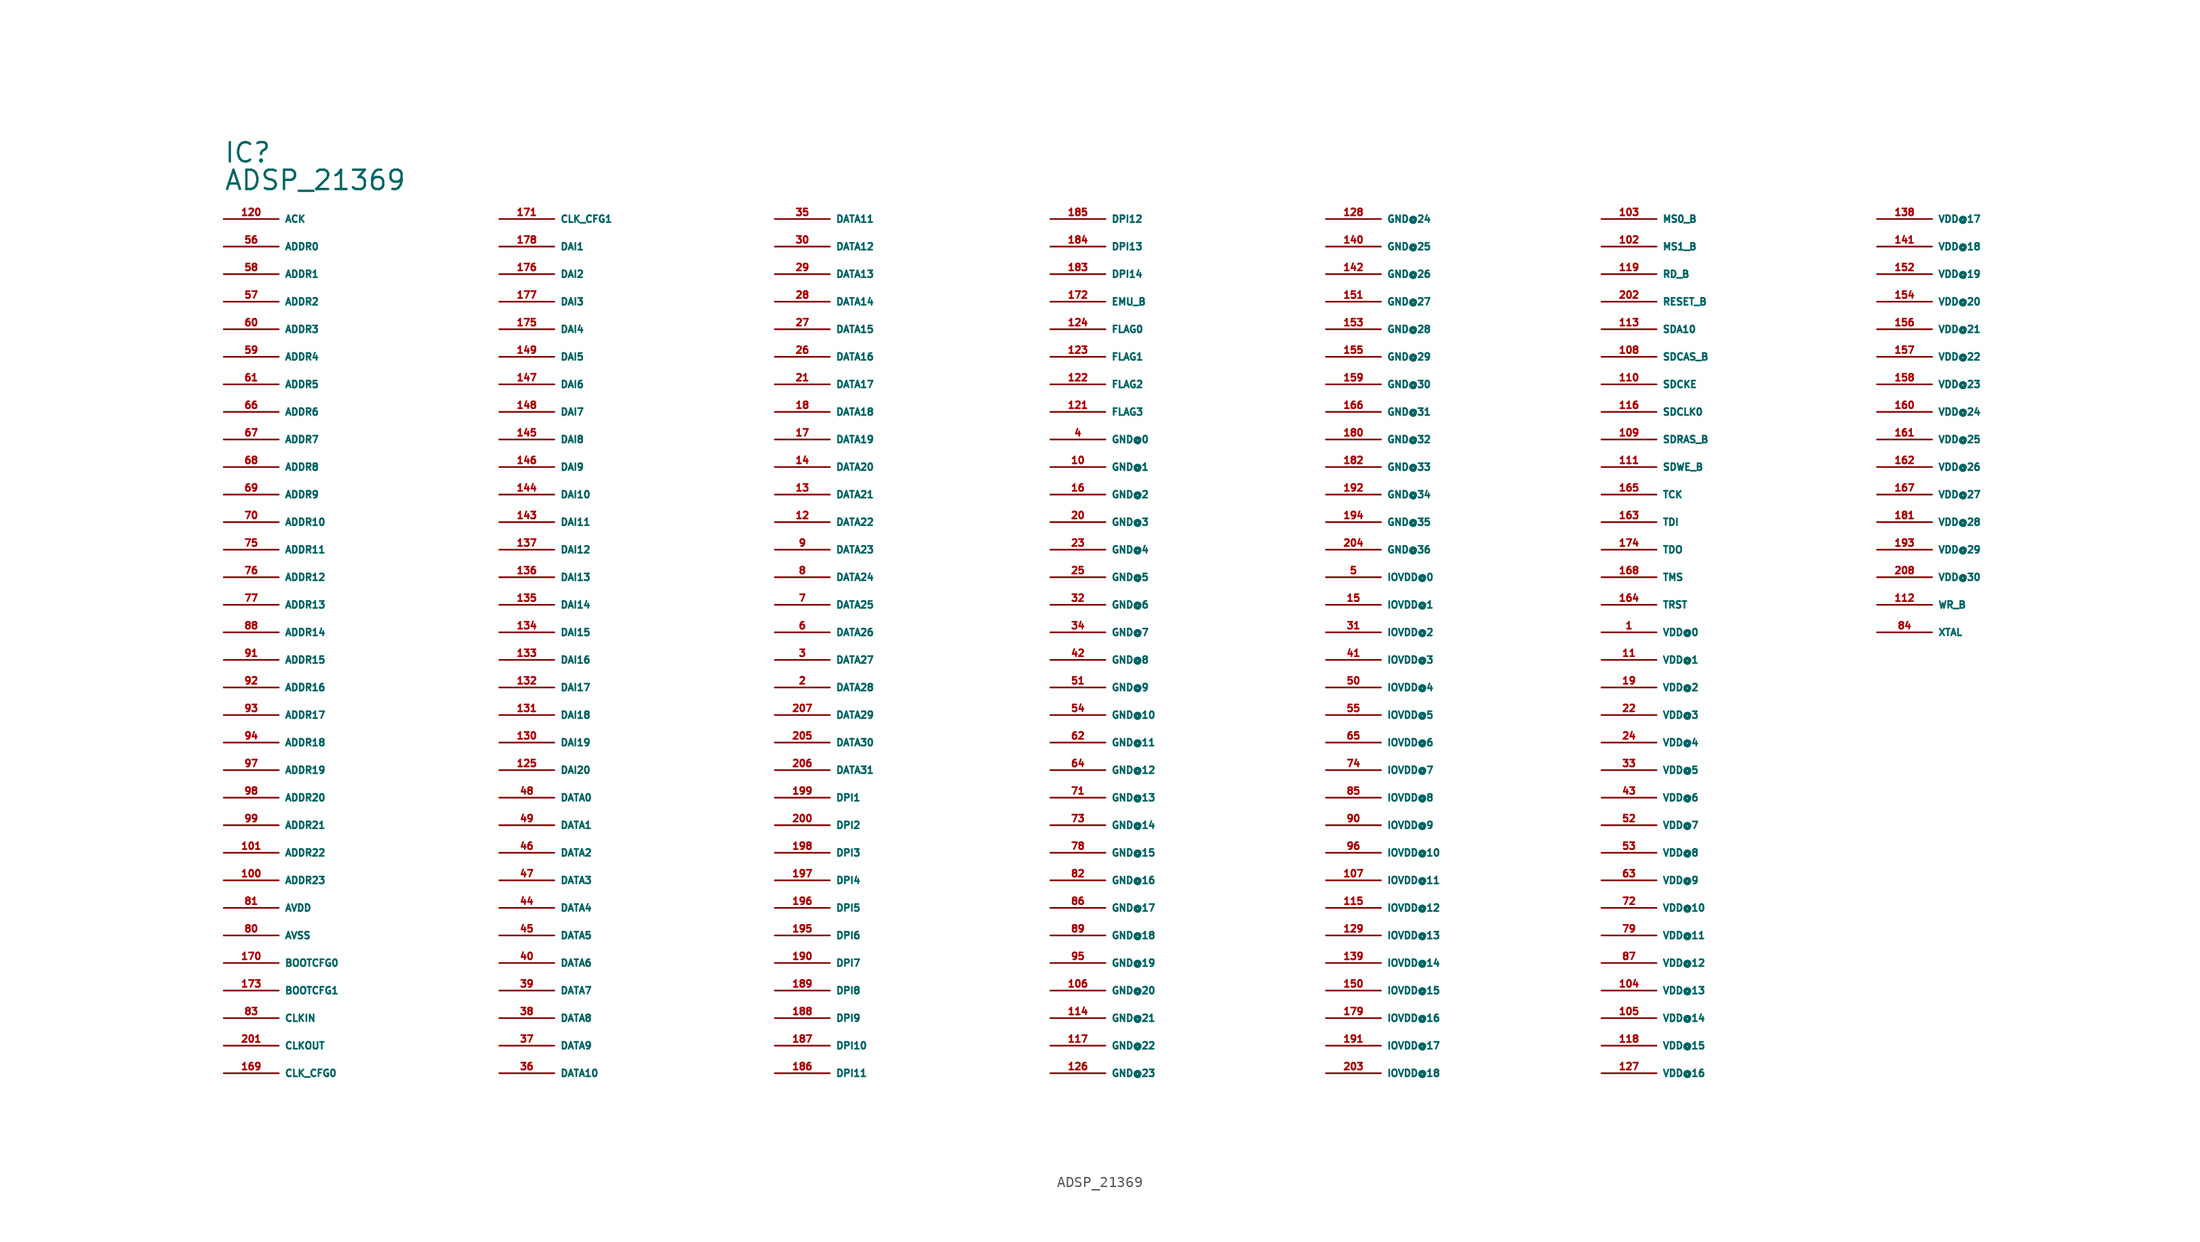
<source format=kicad_sym>
(kicad_symbol_lib
  (version 20220914)
  (generator Eagle2Kicad)
  (symbol "ADSP_21369"
    (property "Reference" "IC"
      (at -81.28 45.72 0)
      (effects (font (size 1.778 1.778) (thickness 0.22)) (justify left bottom)))
    (property "Value" "ADSP_21369"
      (at -81.28 43.18 0)
      (effects (font (size 1.778 1.778) (thickness 0.22)) (justify left bottom)))
    (pin input line
      (at -81.28 40.64 0)
      (length 5.08)
      (name "ACK" (effects (font (size 0.635 0.635) (thickness 0.08)) (justify left bottom)))
      (number "120" (effects (font (size 0.635 0.635) (thickness 0.08)) (justify left bottom))))
    (pin output line
      (at -81.28 38.1 0)
      (length 5.08)
      (name "ADDR0" (effects (font (size 0.635 0.635) (thickness 0.08)) (justify left bottom)))
      (number "56" (effects (font (size 0.635 0.635) (thickness 0.08)) (justify left bottom))))
    (pin output line
      (at -81.28 35.56 0)
      (length 5.08)
      (name "ADDR1" (effects (font (size 0.635 0.635) (thickness 0.08)) (justify left bottom)))
      (number "58" (effects (font (size 0.635 0.635) (thickness 0.08)) (justify left bottom))))
    (pin output line
      (at -81.28 33.02 0)
      (length 5.08)
      (name "ADDR2" (effects (font (size 0.635 0.635) (thickness 0.08)) (justify left bottom)))
      (number "57" (effects (font (size 0.635 0.635) (thickness 0.08)) (justify left bottom))))
    (pin output line
      (at -81.28 30.48 0)
      (length 5.08)
      (name "ADDR3" (effects (font (size 0.635 0.635) (thickness 0.08)) (justify left bottom)))
      (number "60" (effects (font (size 0.635 0.635) (thickness 0.08)) (justify left bottom))))
    (pin output line
      (at -81.28 27.94 0)
      (length 5.08)
      (name "ADDR4" (effects (font (size 0.635 0.635) (thickness 0.08)) (justify left bottom)))
      (number "59" (effects (font (size 0.635 0.635) (thickness 0.08)) (justify left bottom))))
    (pin output line
      (at -81.28 25.4 0)
      (length 5.08)
      (name "ADDR5" (effects (font (size 0.635 0.635) (thickness 0.08)) (justify left bottom)))
      (number "61" (effects (font (size 0.635 0.635) (thickness 0.08)) (justify left bottom))))
    (pin output line
      (at -81.28 22.86 0)
      (length 5.08)
      (name "ADDR6" (effects (font (size 0.635 0.635) (thickness 0.08)) (justify left bottom)))
      (number "66" (effects (font (size 0.635 0.635) (thickness 0.08)) (justify left bottom))))
    (pin output line
      (at -81.28 20.32 0)
      (length 5.08)
      (name "ADDR7" (effects (font (size 0.635 0.635) (thickness 0.08)) (justify left bottom)))
      (number "67" (effects (font (size 0.635 0.635) (thickness 0.08)) (justify left bottom))))
    (pin output line
      (at -81.28 17.78 0)
      (length 5.08)
      (name "ADDR8" (effects (font (size 0.635 0.635) (thickness 0.08)) (justify left bottom)))
      (number "68" (effects (font (size 0.635 0.635) (thickness 0.08)) (justify left bottom))))
    (pin output line
      (at -81.28 15.24 0)
      (length 5.08)
      (name "ADDR9" (effects (font (size 0.635 0.635) (thickness 0.08)) (justify left bottom)))
      (number "69" (effects (font (size 0.635 0.635) (thickness 0.08)) (justify left bottom))))
    (pin output line
      (at -81.28 12.7 0)
      (length 5.08)
      (name "ADDR10" (effects (font (size 0.635 0.635) (thickness 0.08)) (justify left bottom)))
      (number "70" (effects (font (size 0.635 0.635) (thickness 0.08)) (justify left bottom))))
    (pin output line
      (at -81.28 10.16 0)
      (length 5.08)
      (name "ADDR11" (effects (font (size 0.635 0.635) (thickness 0.08)) (justify left bottom)))
      (number "75" (effects (font (size 0.635 0.635) (thickness 0.08)) (justify left bottom))))
    (pin output line
      (at -81.28 7.62 0)
      (length 5.08)
      (name "ADDR12" (effects (font (size 0.635 0.635) (thickness 0.08)) (justify left bottom)))
      (number "76" (effects (font (size 0.635 0.635) (thickness 0.08)) (justify left bottom))))
    (pin output line
      (at -81.28 5.08 0)
      (length 5.08)
      (name "ADDR13" (effects (font (size 0.635 0.635) (thickness 0.08)) (justify left bottom)))
      (number "77" (effects (font (size 0.635 0.635) (thickness 0.08)) (justify left bottom))))
    (pin output line
      (at -81.28 2.54 0)
      (length 5.08)
      (name "ADDR14" (effects (font (size 0.635 0.635) (thickness 0.08)) (justify left bottom)))
      (number "88" (effects (font (size 0.635 0.635) (thickness 0.08)) (justify left bottom))))
    (pin output line
      (at -81.28 0 0)
      (length 5.08)
      (name "ADDR15" (effects (font (size 0.635 0.635) (thickness 0.08)) (justify left bottom)))
      (number "91" (effects (font (size 0.635 0.635) (thickness 0.08)) (justify left bottom))))
    (pin output line
      (at -81.28 -2.54 0)
      (length 5.08)
      (name "ADDR16" (effects (font (size 0.635 0.635) (thickness 0.08)) (justify left bottom)))
      (number "92" (effects (font (size 0.635 0.635) (thickness 0.08)) (justify left bottom))))
    (pin output line
      (at -81.28 -5.08 0)
      (length 5.08)
      (name "ADDR17" (effects (font (size 0.635 0.635) (thickness 0.08)) (justify left bottom)))
      (number "93" (effects (font (size 0.635 0.635) (thickness 0.08)) (justify left bottom))))
    (pin output line
      (at -81.28 -7.62 0)
      (length 5.08)
      (name "ADDR18" (effects (font (size 0.635 0.635) (thickness 0.08)) (justify left bottom)))
      (number "94" (effects (font (size 0.635 0.635) (thickness 0.08)) (justify left bottom))))
    (pin output line
      (at -81.28 -10.16 0)
      (length 5.08)
      (name "ADDR19" (effects (font (size 0.635 0.635) (thickness 0.08)) (justify left bottom)))
      (number "97" (effects (font (size 0.635 0.635) (thickness 0.08)) (justify left bottom))))
    (pin output line
      (at -81.28 -12.7 0)
      (length 5.08)
      (name "ADDR20" (effects (font (size 0.635 0.635) (thickness 0.08)) (justify left bottom)))
      (number "98" (effects (font (size 0.635 0.635) (thickness 0.08)) (justify left bottom))))
    (pin output line
      (at -81.28 -15.24 0)
      (length 5.08)
      (name "ADDR21" (effects (font (size 0.635 0.635) (thickness 0.08)) (justify left bottom)))
      (number "99" (effects (font (size 0.635 0.635) (thickness 0.08)) (justify left bottom))))
    (pin output line
      (at -81.28 -17.78 0)
      (length 5.08)
      (name "ADDR22" (effects (font (size 0.635 0.635) (thickness 0.08)) (justify left bottom)))
      (number "101" (effects (font (size 0.635 0.635) (thickness 0.08)) (justify left bottom))))
    (pin output line
      (at -81.28 -20.32 0)
      (length 5.08)
      (name "ADDR23" (effects (font (size 0.635 0.635) (thickness 0.08)) (justify left bottom)))
      (number "100" (effects (font (size 0.635 0.635) (thickness 0.08)) (justify left bottom))))
    (pin unspecified line
      (at -81.28 -22.86 0)
      (length 5.08)
      (name "AVDD" (effects (font (size 0.635 0.635) (thickness 0.08)) (justify left bottom)))
      (number "81" (effects (font (size 0.635 0.635) (thickness 0.08)) (justify left bottom))))
    (pin unspecified line
      (at -81.28 -25.4 0)
      (length 5.08)
      (name "AVSS" (effects (font (size 0.635 0.635) (thickness 0.08)) (justify left bottom)))
      (number "80" (effects (font (size 0.635 0.635) (thickness 0.08)) (justify left bottom))))
    (pin input line
      (at -81.28 -27.94 0)
      (length 5.08)
      (name "BOOTCFG0" (effects (font (size 0.635 0.635) (thickness 0.08)) (justify left bottom)))
      (number "170" (effects (font (size 0.635 0.635) (thickness 0.08)) (justify left bottom))))
    (pin input line
      (at -81.28 -30.48 0)
      (length 5.08)
      (name "BOOTCFG1" (effects (font (size 0.635 0.635) (thickness 0.08)) (justify left bottom)))
      (number "173" (effects (font (size 0.635 0.635) (thickness 0.08)) (justify left bottom))))
    (pin input line
      (at -81.28 -33.02 0)
      (length 5.08)
      (name "CLKIN" (effects (font (size 0.635 0.635) (thickness 0.08)) (justify left bottom)))
      (number "83" (effects (font (size 0.635 0.635) (thickness 0.08)) (justify left bottom))))
    (pin output line
      (at -81.28 -35.56 0)
      (length 5.08)
      (name "CLKOUT" (effects (font (size 0.635 0.635) (thickness 0.08)) (justify left bottom)))
      (number "201" (effects (font (size 0.635 0.635) (thickness 0.08)) (justify left bottom))))
    (pin input line
      (at -81.28 -38.1 0)
      (length 5.08)
      (name "CLK_CFG0" (effects (font (size 0.635 0.635) (thickness 0.08)) (justify left bottom)))
      (number "169" (effects (font (size 0.635 0.635) (thickness 0.08)) (justify left bottom))))
    (pin input line
      (at -55.88 40.64 0)
      (length 5.08)
      (name "CLK_CFG1" (effects (font (size 0.635 0.635) (thickness 0.08)) (justify left bottom)))
      (number "171" (effects (font (size 0.635 0.635) (thickness 0.08)) (justify left bottom))))
    (pin bidirectional line
      (at -55.88 38.1 0)
      (length 5.08)
      (name "DAI1" (effects (font (size 0.635 0.635) (thickness 0.08)) (justify left bottom)))
      (number "178" (effects (font (size 0.635 0.635) (thickness 0.08)) (justify left bottom))))
    (pin bidirectional line
      (at -55.88 35.56 0)
      (length 5.08)
      (name "DAI2" (effects (font (size 0.635 0.635) (thickness 0.08)) (justify left bottom)))
      (number "176" (effects (font (size 0.635 0.635) (thickness 0.08)) (justify left bottom))))
    (pin bidirectional line
      (at -55.88 33.02 0)
      (length 5.08)
      (name "DAI3" (effects (font (size 0.635 0.635) (thickness 0.08)) (justify left bottom)))
      (number "177" (effects (font (size 0.635 0.635) (thickness 0.08)) (justify left bottom))))
    (pin bidirectional line
      (at -55.88 30.48 0)
      (length 5.08)
      (name "DAI4" (effects (font (size 0.635 0.635) (thickness 0.08)) (justify left bottom)))
      (number "175" (effects (font (size 0.635 0.635) (thickness 0.08)) (justify left bottom))))
    (pin bidirectional line
      (at -55.88 27.94 0)
      (length 5.08)
      (name "DAI5" (effects (font (size 0.635 0.635) (thickness 0.08)) (justify left bottom)))
      (number "149" (effects (font (size 0.635 0.635) (thickness 0.08)) (justify left bottom))))
    (pin bidirectional line
      (at -55.88 25.4 0)
      (length 5.08)
      (name "DAI6" (effects (font (size 0.635 0.635) (thickness 0.08)) (justify left bottom)))
      (number "147" (effects (font (size 0.635 0.635) (thickness 0.08)) (justify left bottom))))
    (pin bidirectional line
      (at -55.88 22.86 0)
      (length 5.08)
      (name "DAI7" (effects (font (size 0.635 0.635) (thickness 0.08)) (justify left bottom)))
      (number "148" (effects (font (size 0.635 0.635) (thickness 0.08)) (justify left bottom))))
    (pin bidirectional line
      (at -55.88 20.32 0)
      (length 5.08)
      (name "DAI8" (effects (font (size 0.635 0.635) (thickness 0.08)) (justify left bottom)))
      (number "145" (effects (font (size 0.635 0.635) (thickness 0.08)) (justify left bottom))))
    (pin bidirectional line
      (at -55.88 17.78 0)
      (length 5.08)
      (name "DAI9" (effects (font (size 0.635 0.635) (thickness 0.08)) (justify left bottom)))
      (number "146" (effects (font (size 0.635 0.635) (thickness 0.08)) (justify left bottom))))
    (pin bidirectional line
      (at -55.88 15.24 0)
      (length 5.08)
      (name "DAI10" (effects (font (size 0.635 0.635) (thickness 0.08)) (justify left bottom)))
      (number "144" (effects (font (size 0.635 0.635) (thickness 0.08)) (justify left bottom))))
    (pin bidirectional line
      (at -55.88 12.7 0)
      (length 5.08)
      (name "DAI11" (effects (font (size 0.635 0.635) (thickness 0.08)) (justify left bottom)))
      (number "143" (effects (font (size 0.635 0.635) (thickness 0.08)) (justify left bottom))))
    (pin bidirectional line
      (at -55.88 10.16 0)
      (length 5.08)
      (name "DAI12" (effects (font (size 0.635 0.635) (thickness 0.08)) (justify left bottom)))
      (number "137" (effects (font (size 0.635 0.635) (thickness 0.08)) (justify left bottom))))
    (pin bidirectional line
      (at -55.88 7.62 0)
      (length 5.08)
      (name "DAI13" (effects (font (size 0.635 0.635) (thickness 0.08)) (justify left bottom)))
      (number "136" (effects (font (size 0.635 0.635) (thickness 0.08)) (justify left bottom))))
    (pin bidirectional line
      (at -55.88 5.08 0)
      (length 5.08)
      (name "DAI14" (effects (font (size 0.635 0.635) (thickness 0.08)) (justify left bottom)))
      (number "135" (effects (font (size 0.635 0.635) (thickness 0.08)) (justify left bottom))))
    (pin bidirectional line
      (at -55.88 2.54 0)
      (length 5.08)
      (name "DAI15" (effects (font (size 0.635 0.635) (thickness 0.08)) (justify left bottom)))
      (number "134" (effects (font (size 0.635 0.635) (thickness 0.08)) (justify left bottom))))
    (pin bidirectional line
      (at -55.88 0 0)
      (length 5.08)
      (name "DAI16" (effects (font (size 0.635 0.635) (thickness 0.08)) (justify left bottom)))
      (number "133" (effects (font (size 0.635 0.635) (thickness 0.08)) (justify left bottom))))
    (pin bidirectional line
      (at -55.88 -2.54 0)
      (length 5.08)
      (name "DAI17" (effects (font (size 0.635 0.635) (thickness 0.08)) (justify left bottom)))
      (number "132" (effects (font (size 0.635 0.635) (thickness 0.08)) (justify left bottom))))
    (pin bidirectional line
      (at -55.88 -5.08 0)
      (length 5.08)
      (name "DAI18" (effects (font (size 0.635 0.635) (thickness 0.08)) (justify left bottom)))
      (number "131" (effects (font (size 0.635 0.635) (thickness 0.08)) (justify left bottom))))
    (pin bidirectional line
      (at -55.88 -7.62 0)
      (length 5.08)
      (name "DAI19" (effects (font (size 0.635 0.635) (thickness 0.08)) (justify left bottom)))
      (number "130" (effects (font (size 0.635 0.635) (thickness 0.08)) (justify left bottom))))
    (pin bidirectional line
      (at -55.88 -10.16 0)
      (length 5.08)
      (name "DAI20" (effects (font (size 0.635 0.635) (thickness 0.08)) (justify left bottom)))
      (number "125" (effects (font (size 0.635 0.635) (thickness 0.08)) (justify left bottom))))
    (pin bidirectional line
      (at -55.88 -12.7 0)
      (length 5.08)
      (name "DATA0" (effects (font (size 0.635 0.635) (thickness 0.08)) (justify left bottom)))
      (number "48" (effects (font (size 0.635 0.635) (thickness 0.08)) (justify left bottom))))
    (pin bidirectional line
      (at -55.88 -15.24 0)
      (length 5.08)
      (name "DATA1" (effects (font (size 0.635 0.635) (thickness 0.08)) (justify left bottom)))
      (number "49" (effects (font (size 0.635 0.635) (thickness 0.08)) (justify left bottom))))
    (pin bidirectional line
      (at -55.88 -17.78 0)
      (length 5.08)
      (name "DATA2" (effects (font (size 0.635 0.635) (thickness 0.08)) (justify left bottom)))
      (number "46" (effects (font (size 0.635 0.635) (thickness 0.08)) (justify left bottom))))
    (pin bidirectional line
      (at -55.88 -20.32 0)
      (length 5.08)
      (name "DATA3" (effects (font (size 0.635 0.635) (thickness 0.08)) (justify left bottom)))
      (number "47" (effects (font (size 0.635 0.635) (thickness 0.08)) (justify left bottom))))
    (pin bidirectional line
      (at -55.88 -22.86 0)
      (length 5.08)
      (name "DATA4" (effects (font (size 0.635 0.635) (thickness 0.08)) (justify left bottom)))
      (number "44" (effects (font (size 0.635 0.635) (thickness 0.08)) (justify left bottom))))
    (pin bidirectional line
      (at -55.88 -25.4 0)
      (length 5.08)
      (name "DATA5" (effects (font (size 0.635 0.635) (thickness 0.08)) (justify left bottom)))
      (number "45" (effects (font (size 0.635 0.635) (thickness 0.08)) (justify left bottom))))
    (pin bidirectional line
      (at -55.88 -27.94 0)
      (length 5.08)
      (name "DATA6" (effects (font (size 0.635 0.635) (thickness 0.08)) (justify left bottom)))
      (number "40" (effects (font (size 0.635 0.635) (thickness 0.08)) (justify left bottom))))
    (pin bidirectional line
      (at -55.88 -30.48 0)
      (length 5.08)
      (name "DATA7" (effects (font (size 0.635 0.635) (thickness 0.08)) (justify left bottom)))
      (number "39" (effects (font (size 0.635 0.635) (thickness 0.08)) (justify left bottom))))
    (pin bidirectional line
      (at -55.88 -33.02 0)
      (length 5.08)
      (name "DATA8" (effects (font (size 0.635 0.635) (thickness 0.08)) (justify left bottom)))
      (number "38" (effects (font (size 0.635 0.635) (thickness 0.08)) (justify left bottom))))
    (pin bidirectional line
      (at -55.88 -35.56 0)
      (length 5.08)
      (name "DATA9" (effects (font (size 0.635 0.635) (thickness 0.08)) (justify left bottom)))
      (number "37" (effects (font (size 0.635 0.635) (thickness 0.08)) (justify left bottom))))
    (pin bidirectional line
      (at -55.88 -38.1 0)
      (length 5.08)
      (name "DATA10" (effects (font (size 0.635 0.635) (thickness 0.08)) (justify left bottom)))
      (number "36" (effects (font (size 0.635 0.635) (thickness 0.08)) (justify left bottom))))
    (pin bidirectional line
      (at -30.48 40.64 0)
      (length 5.08)
      (name "DATA11" (effects (font (size 0.635 0.635) (thickness 0.08)) (justify left bottom)))
      (number "35" (effects (font (size 0.635 0.635) (thickness 0.08)) (justify left bottom))))
    (pin bidirectional line
      (at -30.48 38.1 0)
      (length 5.08)
      (name "DATA12" (effects (font (size 0.635 0.635) (thickness 0.08)) (justify left bottom)))
      (number "30" (effects (font (size 0.635 0.635) (thickness 0.08)) (justify left bottom))))
    (pin bidirectional line
      (at -30.48 35.56 0)
      (length 5.08)
      (name "DATA13" (effects (font (size 0.635 0.635) (thickness 0.08)) (justify left bottom)))
      (number "29" (effects (font (size 0.635 0.635) (thickness 0.08)) (justify left bottom))))
    (pin bidirectional line
      (at -30.48 33.02 0)
      (length 5.08)
      (name "DATA14" (effects (font (size 0.635 0.635) (thickness 0.08)) (justify left bottom)))
      (number "28" (effects (font (size 0.635 0.635) (thickness 0.08)) (justify left bottom))))
    (pin bidirectional line
      (at -30.48 30.48 0)
      (length 5.08)
      (name "DATA15" (effects (font (size 0.635 0.635) (thickness 0.08)) (justify left bottom)))
      (number "27" (effects (font (size 0.635 0.635) (thickness 0.08)) (justify left bottom))))
    (pin bidirectional line
      (at -30.48 27.94 0)
      (length 5.08)
      (name "DATA16" (effects (font (size 0.635 0.635) (thickness 0.08)) (justify left bottom)))
      (number "26" (effects (font (size 0.635 0.635) (thickness 0.08)) (justify left bottom))))
    (pin bidirectional line
      (at -30.48 25.4 0)
      (length 5.08)
      (name "DATA17" (effects (font (size 0.635 0.635) (thickness 0.08)) (justify left bottom)))
      (number "21" (effects (font (size 0.635 0.635) (thickness 0.08)) (justify left bottom))))
    (pin bidirectional line
      (at -30.48 22.86 0)
      (length 5.08)
      (name "DATA18" (effects (font (size 0.635 0.635) (thickness 0.08)) (justify left bottom)))
      (number "18" (effects (font (size 0.635 0.635) (thickness 0.08)) (justify left bottom))))
    (pin bidirectional line
      (at -30.48 20.32 0)
      (length 5.08)
      (name "DATA19" (effects (font (size 0.635 0.635) (thickness 0.08)) (justify left bottom)))
      (number "17" (effects (font (size 0.635 0.635) (thickness 0.08)) (justify left bottom))))
    (pin bidirectional line
      (at -30.48 17.78 0)
      (length 5.08)
      (name "DATA20" (effects (font (size 0.635 0.635) (thickness 0.08)) (justify left bottom)))
      (number "14" (effects (font (size 0.635 0.635) (thickness 0.08)) (justify left bottom))))
    (pin bidirectional line
      (at -30.48 15.24 0)
      (length 5.08)
      (name "DATA21" (effects (font (size 0.635 0.635) (thickness 0.08)) (justify left bottom)))
      (number "13" (effects (font (size 0.635 0.635) (thickness 0.08)) (justify left bottom))))
    (pin bidirectional line
      (at -30.48 12.7 0)
      (length 5.08)
      (name "DATA22" (effects (font (size 0.635 0.635) (thickness 0.08)) (justify left bottom)))
      (number "12" (effects (font (size 0.635 0.635) (thickness 0.08)) (justify left bottom))))
    (pin bidirectional line
      (at -30.48 10.16 0)
      (length 5.08)
      (name "DATA23" (effects (font (size 0.635 0.635) (thickness 0.08)) (justify left bottom)))
      (number "9" (effects (font (size 0.635 0.635) (thickness 0.08)) (justify left bottom))))
    (pin bidirectional line
      (at -30.48 7.62 0)
      (length 5.08)
      (name "DATA24" (effects (font (size 0.635 0.635) (thickness 0.08)) (justify left bottom)))
      (number "8" (effects (font (size 0.635 0.635) (thickness 0.08)) (justify left bottom))))
    (pin bidirectional line
      (at -30.48 5.08 0)
      (length 5.08)
      (name "DATA25" (effects (font (size 0.635 0.635) (thickness 0.08)) (justify left bottom)))
      (number "7" (effects (font (size 0.635 0.635) (thickness 0.08)) (justify left bottom))))
    (pin bidirectional line
      (at -30.48 2.54 0)
      (length 5.08)
      (name "DATA26" (effects (font (size 0.635 0.635) (thickness 0.08)) (justify left bottom)))
      (number "6" (effects (font (size 0.635 0.635) (thickness 0.08)) (justify left bottom))))
    (pin bidirectional line
      (at -30.48 0 0)
      (length 5.08)
      (name "DATA27" (effects (font (size 0.635 0.635) (thickness 0.08)) (justify left bottom)))
      (number "3" (effects (font (size 0.635 0.635) (thickness 0.08)) (justify left bottom))))
    (pin bidirectional line
      (at -30.48 -2.54 0)
      (length 5.08)
      (name "DATA28" (effects (font (size 0.635 0.635) (thickness 0.08)) (justify left bottom)))
      (number "2" (effects (font (size 0.635 0.635) (thickness 0.08)) (justify left bottom))))
    (pin bidirectional line
      (at -30.48 -5.08 0)
      (length 5.08)
      (name "DATA29" (effects (font (size 0.635 0.635) (thickness 0.08)) (justify left bottom)))
      (number "207" (effects (font (size 0.635 0.635) (thickness 0.08)) (justify left bottom))))
    (pin bidirectional line
      (at -30.48 -7.62 0)
      (length 5.08)
      (name "DATA30" (effects (font (size 0.635 0.635) (thickness 0.08)) (justify left bottom)))
      (number "205" (effects (font (size 0.635 0.635) (thickness 0.08)) (justify left bottom))))
    (pin bidirectional line
      (at -30.48 -10.16 0)
      (length 5.08)
      (name "DATA31" (effects (font (size 0.635 0.635) (thickness 0.08)) (justify left bottom)))
      (number "206" (effects (font (size 0.635 0.635) (thickness 0.08)) (justify left bottom))))
    (pin bidirectional line
      (at -30.48 -12.7 0)
      (length 5.08)
      (name "DPI1" (effects (font (size 0.635 0.635) (thickness 0.08)) (justify left bottom)))
      (number "199" (effects (font (size 0.635 0.635) (thickness 0.08)) (justify left bottom))))
    (pin bidirectional line
      (at -30.48 -15.24 0)
      (length 5.08)
      (name "DPI2" (effects (font (size 0.635 0.635) (thickness 0.08)) (justify left bottom)))
      (number "200" (effects (font (size 0.635 0.635) (thickness 0.08)) (justify left bottom))))
    (pin bidirectional line
      (at -30.48 -17.78 0)
      (length 5.08)
      (name "DPI3" (effects (font (size 0.635 0.635) (thickness 0.08)) (justify left bottom)))
      (number "198" (effects (font (size 0.635 0.635) (thickness 0.08)) (justify left bottom))))
    (pin bidirectional line
      (at -30.48 -20.32 0)
      (length 5.08)
      (name "DPI4" (effects (font (size 0.635 0.635) (thickness 0.08)) (justify left bottom)))
      (number "197" (effects (font (size 0.635 0.635) (thickness 0.08)) (justify left bottom))))
    (pin bidirectional line
      (at -30.48 -22.86 0)
      (length 5.08)
      (name "DPI5" (effects (font (size 0.635 0.635) (thickness 0.08)) (justify left bottom)))
      (number "196" (effects (font (size 0.635 0.635) (thickness 0.08)) (justify left bottom))))
    (pin bidirectional line
      (at -30.48 -25.4 0)
      (length 5.08)
      (name "DPI6" (effects (font (size 0.635 0.635) (thickness 0.08)) (justify left bottom)))
      (number "195" (effects (font (size 0.635 0.635) (thickness 0.08)) (justify left bottom))))
    (pin bidirectional line
      (at -30.48 -27.94 0)
      (length 5.08)
      (name "DPI7" (effects (font (size 0.635 0.635) (thickness 0.08)) (justify left bottom)))
      (number "190" (effects (font (size 0.635 0.635) (thickness 0.08)) (justify left bottom))))
    (pin bidirectional line
      (at -30.48 -30.48 0)
      (length 5.08)
      (name "DPI8" (effects (font (size 0.635 0.635) (thickness 0.08)) (justify left bottom)))
      (number "189" (effects (font (size 0.635 0.635) (thickness 0.08)) (justify left bottom))))
    (pin bidirectional line
      (at -30.48 -33.02 0)
      (length 5.08)
      (name "DPI9" (effects (font (size 0.635 0.635) (thickness 0.08)) (justify left bottom)))
      (number "188" (effects (font (size 0.635 0.635) (thickness 0.08)) (justify left bottom))))
    (pin bidirectional line
      (at -30.48 -35.56 0)
      (length 5.08)
      (name "DPI10" (effects (font (size 0.635 0.635) (thickness 0.08)) (justify left bottom)))
      (number "187" (effects (font (size 0.635 0.635) (thickness 0.08)) (justify left bottom))))
    (pin bidirectional line
      (at -30.48 -38.1 0)
      (length 5.08)
      (name "DPI11" (effects (font (size 0.635 0.635) (thickness 0.08)) (justify left bottom)))
      (number "186" (effects (font (size 0.635 0.635) (thickness 0.08)) (justify left bottom))))
    (pin bidirectional line
      (at -5.08 40.64 0)
      (length 5.08)
      (name "DPI12" (effects (font (size 0.635 0.635) (thickness 0.08)) (justify left bottom)))
      (number "185" (effects (font (size 0.635 0.635) (thickness 0.08)) (justify left bottom))))
    (pin bidirectional line
      (at -5.08 38.1 0)
      (length 5.08)
      (name "DPI13" (effects (font (size 0.635 0.635) (thickness 0.08)) (justify left bottom)))
      (number "184" (effects (font (size 0.635 0.635) (thickness 0.08)) (justify left bottom))))
    (pin bidirectional line
      (at -5.08 35.56 0)
      (length 5.08)
      (name "DPI14" (effects (font (size 0.635 0.635) (thickness 0.08)) (justify left bottom)))
      (number "183" (effects (font (size 0.635 0.635) (thickness 0.08)) (justify left bottom))))
    (pin output line
      (at -5.08 33.02 0)
      (length 5.08)
      (name "EMU_B" (effects (font (size 0.635 0.635) (thickness 0.08)) (justify left bottom)))
      (number "172" (effects (font (size 0.635 0.635) (thickness 0.08)) (justify left bottom))))
    (pin bidirectional line
      (at -5.08 30.48 0)
      (length 5.08)
      (name "FLAG0" (effects (font (size 0.635 0.635) (thickness 0.08)) (justify left bottom)))
      (number "124" (effects (font (size 0.635 0.635) (thickness 0.08)) (justify left bottom))))
    (pin bidirectional line
      (at -5.08 27.94 0)
      (length 5.08)
      (name "FLAG1" (effects (font (size 0.635 0.635) (thickness 0.08)) (justify left bottom)))
      (number "123" (effects (font (size 0.635 0.635) (thickness 0.08)) (justify left bottom))))
    (pin bidirectional line
      (at -5.08 25.4 0)
      (length 5.08)
      (name "FLAG2" (effects (font (size 0.635 0.635) (thickness 0.08)) (justify left bottom)))
      (number "122" (effects (font (size 0.635 0.635) (thickness 0.08)) (justify left bottom))))
    (pin bidirectional line
      (at -5.08 22.86 0)
      (length 5.08)
      (name "FLAG3" (effects (font (size 0.635 0.635) (thickness 0.08)) (justify left bottom)))
      (number "121" (effects (font (size 0.635 0.635) (thickness 0.08)) (justify left bottom))))
    (pin unspecified line
      (at -5.08 20.32 0)
      (length 5.08)
      (name "GND@0" (effects (font (size 0.635 0.635) (thickness 0.08)) (justify left bottom)))
      (number "4" (effects (font (size 0.635 0.635) (thickness 0.08)) (justify left bottom))))
    (pin unspecified line
      (at -5.08 17.78 0)
      (length 5.08)
      (name "GND@1" (effects (font (size 0.635 0.635) (thickness 0.08)) (justify left bottom)))
      (number "10" (effects (font (size 0.635 0.635) (thickness 0.08)) (justify left bottom))))
    (pin unspecified line
      (at -5.08 15.24 0)
      (length 5.08)
      (name "GND@2" (effects (font (size 0.635 0.635) (thickness 0.08)) (justify left bottom)))
      (number "16" (effects (font (size 0.635 0.635) (thickness 0.08)) (justify left bottom))))
    (pin unspecified line
      (at -5.08 12.7 0)
      (length 5.08)
      (name "GND@3" (effects (font (size 0.635 0.635) (thickness 0.08)) (justify left bottom)))
      (number "20" (effects (font (size 0.635 0.635) (thickness 0.08)) (justify left bottom))))
    (pin unspecified line
      (at -5.08 10.16 0)
      (length 5.08)
      (name "GND@4" (effects (font (size 0.635 0.635) (thickness 0.08)) (justify left bottom)))
      (number "23" (effects (font (size 0.635 0.635) (thickness 0.08)) (justify left bottom))))
    (pin unspecified line
      (at -5.08 7.62 0)
      (length 5.08)
      (name "GND@5" (effects (font (size 0.635 0.635) (thickness 0.08)) (justify left bottom)))
      (number "25" (effects (font (size 0.635 0.635) (thickness 0.08)) (justify left bottom))))
    (pin unspecified line
      (at -5.08 5.08 0)
      (length 5.08)
      (name "GND@6" (effects (font (size 0.635 0.635) (thickness 0.08)) (justify left bottom)))
      (number "32" (effects (font (size 0.635 0.635) (thickness 0.08)) (justify left bottom))))
    (pin unspecified line
      (at -5.08 2.54 0)
      (length 5.08)
      (name "GND@7" (effects (font (size 0.635 0.635) (thickness 0.08)) (justify left bottom)))
      (number "34" (effects (font (size 0.635 0.635) (thickness 0.08)) (justify left bottom))))
    (pin unspecified line
      (at -5.08 0 0)
      (length 5.08)
      (name "GND@8" (effects (font (size 0.635 0.635) (thickness 0.08)) (justify left bottom)))
      (number "42" (effects (font (size 0.635 0.635) (thickness 0.08)) (justify left bottom))))
    (pin unspecified line
      (at -5.08 -2.54 0)
      (length 5.08)
      (name "GND@9" (effects (font (size 0.635 0.635) (thickness 0.08)) (justify left bottom)))
      (number "51" (effects (font (size 0.635 0.635) (thickness 0.08)) (justify left bottom))))
    (pin unspecified line
      (at -5.08 -5.08 0)
      (length 5.08)
      (name "GND@10" (effects (font (size 0.635 0.635) (thickness 0.08)) (justify left bottom)))
      (number "54" (effects (font (size 0.635 0.635) (thickness 0.08)) (justify left bottom))))
    (pin unspecified line
      (at -5.08 -7.62 0)
      (length 5.08)
      (name "GND@11" (effects (font (size 0.635 0.635) (thickness 0.08)) (justify left bottom)))
      (number "62" (effects (font (size 0.635 0.635) (thickness 0.08)) (justify left bottom))))
    (pin unspecified line
      (at -5.08 -10.16 0)
      (length 5.08)
      (name "GND@12" (effects (font (size 0.635 0.635) (thickness 0.08)) (justify left bottom)))
      (number "64" (effects (font (size 0.635 0.635) (thickness 0.08)) (justify left bottom))))
    (pin unspecified line
      (at -5.08 -12.7 0)
      (length 5.08)
      (name "GND@13" (effects (font (size 0.635 0.635) (thickness 0.08)) (justify left bottom)))
      (number "71" (effects (font (size 0.635 0.635) (thickness 0.08)) (justify left bottom))))
    (pin unspecified line
      (at -5.08 -15.24 0)
      (length 5.08)
      (name "GND@14" (effects (font (size 0.635 0.635) (thickness 0.08)) (justify left bottom)))
      (number "73" (effects (font (size 0.635 0.635) (thickness 0.08)) (justify left bottom))))
    (pin unspecified line
      (at -5.08 -17.78 0)
      (length 5.08)
      (name "GND@15" (effects (font (size 0.635 0.635) (thickness 0.08)) (justify left bottom)))
      (number "78" (effects (font (size 0.635 0.635) (thickness 0.08)) (justify left bottom))))
    (pin unspecified line
      (at -5.08 -20.32 0)
      (length 5.08)
      (name "GND@16" (effects (font (size 0.635 0.635) (thickness 0.08)) (justify left bottom)))
      (number "82" (effects (font (size 0.635 0.635) (thickness 0.08)) (justify left bottom))))
    (pin unspecified line
      (at -5.08 -22.86 0)
      (length 5.08)
      (name "GND@17" (effects (font (size 0.635 0.635) (thickness 0.08)) (justify left bottom)))
      (number "86" (effects (font (size 0.635 0.635) (thickness 0.08)) (justify left bottom))))
    (pin unspecified line
      (at -5.08 -25.4 0)
      (length 5.08)
      (name "GND@18" (effects (font (size 0.635 0.635) (thickness 0.08)) (justify left bottom)))
      (number "89" (effects (font (size 0.635 0.635) (thickness 0.08)) (justify left bottom))))
    (pin unspecified line
      (at -5.08 -27.94 0)
      (length 5.08)
      (name "GND@19" (effects (font (size 0.635 0.635) (thickness 0.08)) (justify left bottom)))
      (number "95" (effects (font (size 0.635 0.635) (thickness 0.08)) (justify left bottom))))
    (pin unspecified line
      (at -5.08 -30.48 0)
      (length 5.08)
      (name "GND@20" (effects (font (size 0.635 0.635) (thickness 0.08)) (justify left bottom)))
      (number "106" (effects (font (size 0.635 0.635) (thickness 0.08)) (justify left bottom))))
    (pin unspecified line
      (at -5.08 -33.02 0)
      (length 5.08)
      (name "GND@21" (effects (font (size 0.635 0.635) (thickness 0.08)) (justify left bottom)))
      (number "114" (effects (font (size 0.635 0.635) (thickness 0.08)) (justify left bottom))))
    (pin unspecified line
      (at -5.08 -35.56 0)
      (length 5.08)
      (name "GND@22" (effects (font (size 0.635 0.635) (thickness 0.08)) (justify left bottom)))
      (number "117" (effects (font (size 0.635 0.635) (thickness 0.08)) (justify left bottom))))
    (pin unspecified line
      (at -5.08 -38.1 0)
      (length 5.08)
      (name "GND@23" (effects (font (size 0.635 0.635) (thickness 0.08)) (justify left bottom)))
      (number "126" (effects (font (size 0.635 0.635) (thickness 0.08)) (justify left bottom))))
    (pin unspecified line
      (at 20.32 40.64 0)
      (length 5.08)
      (name "GND@24" (effects (font (size 0.635 0.635) (thickness 0.08)) (justify left bottom)))
      (number "128" (effects (font (size 0.635 0.635) (thickness 0.08)) (justify left bottom))))
    (pin unspecified line
      (at 20.32 38.1 0)
      (length 5.08)
      (name "GND@25" (effects (font (size 0.635 0.635) (thickness 0.08)) (justify left bottom)))
      (number "140" (effects (font (size 0.635 0.635) (thickness 0.08)) (justify left bottom))))
    (pin unspecified line
      (at 20.32 35.56 0)
      (length 5.08)
      (name "GND@26" (effects (font (size 0.635 0.635) (thickness 0.08)) (justify left bottom)))
      (number "142" (effects (font (size 0.635 0.635) (thickness 0.08)) (justify left bottom))))
    (pin unspecified line
      (at 20.32 33.02 0)
      (length 5.08)
      (name "GND@27" (effects (font (size 0.635 0.635) (thickness 0.08)) (justify left bottom)))
      (number "151" (effects (font (size 0.635 0.635) (thickness 0.08)) (justify left bottom))))
    (pin unspecified line
      (at 20.32 30.48 0)
      (length 5.08)
      (name "GND@28" (effects (font (size 0.635 0.635) (thickness 0.08)) (justify left bottom)))
      (number "153" (effects (font (size 0.635 0.635) (thickness 0.08)) (justify left bottom))))
    (pin unspecified line
      (at 20.32 27.94 0)
      (length 5.08)
      (name "GND@29" (effects (font (size 0.635 0.635) (thickness 0.08)) (justify left bottom)))
      (number "155" (effects (font (size 0.635 0.635) (thickness 0.08)) (justify left bottom))))
    (pin unspecified line
      (at 20.32 25.4 0)
      (length 5.08)
      (name "GND@30" (effects (font (size 0.635 0.635) (thickness 0.08)) (justify left bottom)))
      (number "159" (effects (font (size 0.635 0.635) (thickness 0.08)) (justify left bottom))))
    (pin unspecified line
      (at 20.32 22.86 0)
      (length 5.08)
      (name "GND@31" (effects (font (size 0.635 0.635) (thickness 0.08)) (justify left bottom)))
      (number "166" (effects (font (size 0.635 0.635) (thickness 0.08)) (justify left bottom))))
    (pin unspecified line
      (at 20.32 20.32 0)
      (length 5.08)
      (name "GND@32" (effects (font (size 0.635 0.635) (thickness 0.08)) (justify left bottom)))
      (number "180" (effects (font (size 0.635 0.635) (thickness 0.08)) (justify left bottom))))
    (pin unspecified line
      (at 20.32 17.78 0)
      (length 5.08)
      (name "GND@33" (effects (font (size 0.635 0.635) (thickness 0.08)) (justify left bottom)))
      (number "182" (effects (font (size 0.635 0.635) (thickness 0.08)) (justify left bottom))))
    (pin unspecified line
      (at 20.32 15.24 0)
      (length 5.08)
      (name "GND@34" (effects (font (size 0.635 0.635) (thickness 0.08)) (justify left bottom)))
      (number "192" (effects (font (size 0.635 0.635) (thickness 0.08)) (justify left bottom))))
    (pin unspecified line
      (at 20.32 12.7 0)
      (length 5.08)
      (name "GND@35" (effects (font (size 0.635 0.635) (thickness 0.08)) (justify left bottom)))
      (number "194" (effects (font (size 0.635 0.635) (thickness 0.08)) (justify left bottom))))
    (pin unspecified line
      (at 20.32 10.16 0)
      (length 5.08)
      (name "GND@36" (effects (font (size 0.635 0.635) (thickness 0.08)) (justify left bottom)))
      (number "204" (effects (font (size 0.635 0.635) (thickness 0.08)) (justify left bottom))))
    (pin unspecified line
      (at 20.32 7.62 0)
      (length 5.08)
      (name "IOVDD@0" (effects (font (size 0.635 0.635) (thickness 0.08)) (justify left bottom)))
      (number "5" (effects (font (size 0.635 0.635) (thickness 0.08)) (justify left bottom))))
    (pin unspecified line
      (at 20.32 5.08 0)
      (length 5.08)
      (name "IOVDD@1" (effects (font (size 0.635 0.635) (thickness 0.08)) (justify left bottom)))
      (number "15" (effects (font (size 0.635 0.635) (thickness 0.08)) (justify left bottom))))
    (pin unspecified line
      (at 20.32 2.54 0)
      (length 5.08)
      (name "IOVDD@2" (effects (font (size 0.635 0.635) (thickness 0.08)) (justify left bottom)))
      (number "31" (effects (font (size 0.635 0.635) (thickness 0.08)) (justify left bottom))))
    (pin unspecified line
      (at 20.32 0 0)
      (length 5.08)
      (name "IOVDD@3" (effects (font (size 0.635 0.635) (thickness 0.08)) (justify left bottom)))
      (number "41" (effects (font (size 0.635 0.635) (thickness 0.08)) (justify left bottom))))
    (pin unspecified line
      (at 20.32 -2.54 0)
      (length 5.08)
      (name "IOVDD@4" (effects (font (size 0.635 0.635) (thickness 0.08)) (justify left bottom)))
      (number "50" (effects (font (size 0.635 0.635) (thickness 0.08)) (justify left bottom))))
    (pin unspecified line
      (at 20.32 -5.08 0)
      (length 5.08)
      (name "IOVDD@5" (effects (font (size 0.635 0.635) (thickness 0.08)) (justify left bottom)))
      (number "55" (effects (font (size 0.635 0.635) (thickness 0.08)) (justify left bottom))))
    (pin unspecified line
      (at 20.32 -7.62 0)
      (length 5.08)
      (name "IOVDD@6" (effects (font (size 0.635 0.635) (thickness 0.08)) (justify left bottom)))
      (number "65" (effects (font (size 0.635 0.635) (thickness 0.08)) (justify left bottom))))
    (pin unspecified line
      (at 20.32 -10.16 0)
      (length 5.08)
      (name "IOVDD@7" (effects (font (size 0.635 0.635) (thickness 0.08)) (justify left bottom)))
      (number "74" (effects (font (size 0.635 0.635) (thickness 0.08)) (justify left bottom))))
    (pin unspecified line
      (at 20.32 -12.7 0)
      (length 5.08)
      (name "IOVDD@8" (effects (font (size 0.635 0.635) (thickness 0.08)) (justify left bottom)))
      (number "85" (effects (font (size 0.635 0.635) (thickness 0.08)) (justify left bottom))))
    (pin unspecified line
      (at 20.32 -15.24 0)
      (length 5.08)
      (name "IOVDD@9" (effects (font (size 0.635 0.635) (thickness 0.08)) (justify left bottom)))
      (number "90" (effects (font (size 0.635 0.635) (thickness 0.08)) (justify left bottom))))
    (pin unspecified line
      (at 20.32 -17.78 0)
      (length 5.08)
      (name "IOVDD@10" (effects (font (size 0.635 0.635) (thickness 0.08)) (justify left bottom)))
      (number "96" (effects (font (size 0.635 0.635) (thickness 0.08)) (justify left bottom))))
    (pin unspecified line
      (at 20.32 -20.32 0)
      (length 5.08)
      (name "IOVDD@11" (effects (font (size 0.635 0.635) (thickness 0.08)) (justify left bottom)))
      (number "107" (effects (font (size 0.635 0.635) (thickness 0.08)) (justify left bottom))))
    (pin unspecified line
      (at 20.32 -22.86 0)
      (length 5.08)
      (name "IOVDD@12" (effects (font (size 0.635 0.635) (thickness 0.08)) (justify left bottom)))
      (number "115" (effects (font (size 0.635 0.635) (thickness 0.08)) (justify left bottom))))
    (pin unspecified line
      (at 20.32 -25.4 0)
      (length 5.08)
      (name "IOVDD@13" (effects (font (size 0.635 0.635) (thickness 0.08)) (justify left bottom)))
      (number "129" (effects (font (size 0.635 0.635) (thickness 0.08)) (justify left bottom))))
    (pin unspecified line
      (at 20.32 -27.94 0)
      (length 5.08)
      (name "IOVDD@14" (effects (font (size 0.635 0.635) (thickness 0.08)) (justify left bottom)))
      (number "139" (effects (font (size 0.635 0.635) (thickness 0.08)) (justify left bottom))))
    (pin unspecified line
      (at 20.32 -30.48 0)
      (length 5.08)
      (name "IOVDD@15" (effects (font (size 0.635 0.635) (thickness 0.08)) (justify left bottom)))
      (number "150" (effects (font (size 0.635 0.635) (thickness 0.08)) (justify left bottom))))
    (pin unspecified line
      (at 20.32 -33.02 0)
      (length 5.08)
      (name "IOVDD@16" (effects (font (size 0.635 0.635) (thickness 0.08)) (justify left bottom)))
      (number "179" (effects (font (size 0.635 0.635) (thickness 0.08)) (justify left bottom))))
    (pin unspecified line
      (at 20.32 -35.56 0)
      (length 5.08)
      (name "IOVDD@17" (effects (font (size 0.635 0.635) (thickness 0.08)) (justify left bottom)))
      (number "191" (effects (font (size 0.635 0.635) (thickness 0.08)) (justify left bottom))))
    (pin unspecified line
      (at 20.32 -38.1 0)
      (length 5.08)
      (name "IOVDD@18" (effects (font (size 0.635 0.635) (thickness 0.08)) (justify left bottom)))
      (number "203" (effects (font (size 0.635 0.635) (thickness 0.08)) (justify left bottom))))
    (pin output line
      (at 45.72 40.64 0)
      (length 5.08)
      (name "MS0_B" (effects (font (size 0.635 0.635) (thickness 0.08)) (justify left bottom)))
      (number "103" (effects (font (size 0.635 0.635) (thickness 0.08)) (justify left bottom))))
    (pin output line
      (at 45.72 38.1 0)
      (length 5.08)
      (name "MS1_B" (effects (font (size 0.635 0.635) (thickness 0.08)) (justify left bottom)))
      (number "102" (effects (font (size 0.635 0.635) (thickness 0.08)) (justify left bottom))))
    (pin output line
      (at 45.72 35.56 0)
      (length 5.08)
      (name "RD_B" (effects (font (size 0.635 0.635) (thickness 0.08)) (justify left bottom)))
      (number "119" (effects (font (size 0.635 0.635) (thickness 0.08)) (justify left bottom))))
    (pin input line
      (at 45.72 33.02 0)
      (length 5.08)
      (name "RESET_B" (effects (font (size 0.635 0.635) (thickness 0.08)) (justify left bottom)))
      (number "202" (effects (font (size 0.635 0.635) (thickness 0.08)) (justify left bottom))))
    (pin output line
      (at 45.72 30.48 0)
      (length 5.08)
      (name "SDA10" (effects (font (size 0.635 0.635) (thickness 0.08)) (justify left bottom)))
      (number "113" (effects (font (size 0.635 0.635) (thickness 0.08)) (justify left bottom))))
    (pin output line
      (at 45.72 27.94 0)
      (length 5.08)
      (name "SDCAS_B" (effects (font (size 0.635 0.635) (thickness 0.08)) (justify left bottom)))
      (number "108" (effects (font (size 0.635 0.635) (thickness 0.08)) (justify left bottom))))
    (pin output line
      (at 45.72 25.4 0)
      (length 5.08)
      (name "SDCKE" (effects (font (size 0.635 0.635) (thickness 0.08)) (justify left bottom)))
      (number "110" (effects (font (size 0.635 0.635) (thickness 0.08)) (justify left bottom))))
    (pin bidirectional line
      (at 45.72 22.86 0)
      (length 5.08)
      (name "SDCLK0" (effects (font (size 0.635 0.635) (thickness 0.08)) (justify left bottom)))
      (number "116" (effects (font (size 0.635 0.635) (thickness 0.08)) (justify left bottom))))
    (pin output line
      (at 45.72 20.32 0)
      (length 5.08)
      (name "SDRAS_B" (effects (font (size 0.635 0.635) (thickness 0.08)) (justify left bottom)))
      (number "109" (effects (font (size 0.635 0.635) (thickness 0.08)) (justify left bottom))))
    (pin output line
      (at 45.72 17.78 0)
      (length 5.08)
      (name "SDWE_B" (effects (font (size 0.635 0.635) (thickness 0.08)) (justify left bottom)))
      (number "111" (effects (font (size 0.635 0.635) (thickness 0.08)) (justify left bottom))))
    (pin input line
      (at 45.72 15.24 0)
      (length 5.08)
      (name "TCK" (effects (font (size 0.635 0.635) (thickness 0.08)) (justify left bottom)))
      (number "165" (effects (font (size 0.635 0.635) (thickness 0.08)) (justify left bottom))))
    (pin input line
      (at 45.72 12.7 0)
      (length 5.08)
      (name "TDI" (effects (font (size 0.635 0.635) (thickness 0.08)) (justify left bottom)))
      (number "163" (effects (font (size 0.635 0.635) (thickness 0.08)) (justify left bottom))))
    (pin output line
      (at 45.72 10.16 0)
      (length 5.08)
      (name "TDO" (effects (font (size 0.635 0.635) (thickness 0.08)) (justify left bottom)))
      (number "174" (effects (font (size 0.635 0.635) (thickness 0.08)) (justify left bottom))))
    (pin input line
      (at 45.72 7.62 0)
      (length 5.08)
      (name "TMS" (effects (font (size 0.635 0.635) (thickness 0.08)) (justify left bottom)))
      (number "168" (effects (font (size 0.635 0.635) (thickness 0.08)) (justify left bottom))))
    (pin input line
      (at 45.72 5.08 0)
      (length 5.08)
      (name "TRST" (effects (font (size 0.635 0.635) (thickness 0.08)) (justify left bottom)))
      (number "164" (effects (font (size 0.635 0.635) (thickness 0.08)) (justify left bottom))))
    (pin unspecified line
      (at 45.72 2.54 0)
      (length 5.08)
      (name "VDD@0" (effects (font (size 0.635 0.635) (thickness 0.08)) (justify left bottom)))
      (number "1" (effects (font (size 0.635 0.635) (thickness 0.08)) (justify left bottom))))
    (pin unspecified line
      (at 45.72 0 0)
      (length 5.08)
      (name "VDD@1" (effects (font (size 0.635 0.635) (thickness 0.08)) (justify left bottom)))
      (number "11" (effects (font (size 0.635 0.635) (thickness 0.08)) (justify left bottom))))
    (pin unspecified line
      (at 45.72 -2.54 0)
      (length 5.08)
      (name "VDD@2" (effects (font (size 0.635 0.635) (thickness 0.08)) (justify left bottom)))
      (number "19" (effects (font (size 0.635 0.635) (thickness 0.08)) (justify left bottom))))
    (pin unspecified line
      (at 45.72 -5.08 0)
      (length 5.08)
      (name "VDD@3" (effects (font (size 0.635 0.635) (thickness 0.08)) (justify left bottom)))
      (number "22" (effects (font (size 0.635 0.635) (thickness 0.08)) (justify left bottom))))
    (pin unspecified line
      (at 45.72 -7.62 0)
      (length 5.08)
      (name "VDD@4" (effects (font (size 0.635 0.635) (thickness 0.08)) (justify left bottom)))
      (number "24" (effects (font (size 0.635 0.635) (thickness 0.08)) (justify left bottom))))
    (pin unspecified line
      (at 45.72 -10.16 0)
      (length 5.08)
      (name "VDD@5" (effects (font (size 0.635 0.635) (thickness 0.08)) (justify left bottom)))
      (number "33" (effects (font (size 0.635 0.635) (thickness 0.08)) (justify left bottom))))
    (pin unspecified line
      (at 45.72 -12.7 0)
      (length 5.08)
      (name "VDD@6" (effects (font (size 0.635 0.635) (thickness 0.08)) (justify left bottom)))
      (number "43" (effects (font (size 0.635 0.635) (thickness 0.08)) (justify left bottom))))
    (pin unspecified line
      (at 45.72 -15.24 0)
      (length 5.08)
      (name "VDD@7" (effects (font (size 0.635 0.635) (thickness 0.08)) (justify left bottom)))
      (number "52" (effects (font (size 0.635 0.635) (thickness 0.08)) (justify left bottom))))
    (pin unspecified line
      (at 45.72 -17.78 0)
      (length 5.08)
      (name "VDD@8" (effects (font (size 0.635 0.635) (thickness 0.08)) (justify left bottom)))
      (number "53" (effects (font (size 0.635 0.635) (thickness 0.08)) (justify left bottom))))
    (pin unspecified line
      (at 45.72 -20.32 0)
      (length 5.08)
      (name "VDD@9" (effects (font (size 0.635 0.635) (thickness 0.08)) (justify left bottom)))
      (number "63" (effects (font (size 0.635 0.635) (thickness 0.08)) (justify left bottom))))
    (pin unspecified line
      (at 45.72 -22.86 0)
      (length 5.08)
      (name "VDD@10" (effects (font (size 0.635 0.635) (thickness 0.08)) (justify left bottom)))
      (number "72" (effects (font (size 0.635 0.635) (thickness 0.08)) (justify left bottom))))
    (pin unspecified line
      (at 45.72 -25.4 0)
      (length 5.08)
      (name "VDD@11" (effects (font (size 0.635 0.635) (thickness 0.08)) (justify left bottom)))
      (number "79" (effects (font (size 0.635 0.635) (thickness 0.08)) (justify left bottom))))
    (pin unspecified line
      (at 45.72 -27.94 0)
      (length 5.08)
      (name "VDD@12" (effects (font (size 0.635 0.635) (thickness 0.08)) (justify left bottom)))
      (number "87" (effects (font (size 0.635 0.635) (thickness 0.08)) (justify left bottom))))
    (pin unspecified line
      (at 45.72 -30.48 0)
      (length 5.08)
      (name "VDD@13" (effects (font (size 0.635 0.635) (thickness 0.08)) (justify left bottom)))
      (number "104" (effects (font (size 0.635 0.635) (thickness 0.08)) (justify left bottom))))
    (pin unspecified line
      (at 45.72 -33.02 0)
      (length 5.08)
      (name "VDD@14" (effects (font (size 0.635 0.635) (thickness 0.08)) (justify left bottom)))
      (number "105" (effects (font (size 0.635 0.635) (thickness 0.08)) (justify left bottom))))
    (pin unspecified line
      (at 45.72 -35.56 0)
      (length 5.08)
      (name "VDD@15" (effects (font (size 0.635 0.635) (thickness 0.08)) (justify left bottom)))
      (number "118" (effects (font (size 0.635 0.635) (thickness 0.08)) (justify left bottom))))
    (pin unspecified line
      (at 45.72 -38.1 0)
      (length 5.08)
      (name "VDD@16" (effects (font (size 0.635 0.635) (thickness 0.08)) (justify left bottom)))
      (number "127" (effects (font (size 0.635 0.635) (thickness 0.08)) (justify left bottom))))
    (pin unspecified line
      (at 71.12 40.64 0)
      (length 5.08)
      (name "VDD@17" (effects (font (size 0.635 0.635) (thickness 0.08)) (justify left bottom)))
      (number "138" (effects (font (size 0.635 0.635) (thickness 0.08)) (justify left bottom))))
    (pin unspecified line
      (at 71.12 38.1 0)
      (length 5.08)
      (name "VDD@18" (effects (font (size 0.635 0.635) (thickness 0.08)) (justify left bottom)))
      (number "141" (effects (font (size 0.635 0.635) (thickness 0.08)) (justify left bottom))))
    (pin unspecified line
      (at 71.12 35.56 0)
      (length 5.08)
      (name "VDD@19" (effects (font (size 0.635 0.635) (thickness 0.08)) (justify left bottom)))
      (number "152" (effects (font (size 0.635 0.635) (thickness 0.08)) (justify left bottom))))
    (pin unspecified line
      (at 71.12 33.02 0)
      (length 5.08)
      (name "VDD@20" (effects (font (size 0.635 0.635) (thickness 0.08)) (justify left bottom)))
      (number "154" (effects (font (size 0.635 0.635) (thickness 0.08)) (justify left bottom))))
    (pin unspecified line
      (at 71.12 30.48 0)
      (length 5.08)
      (name "VDD@21" (effects (font (size 0.635 0.635) (thickness 0.08)) (justify left bottom)))
      (number "156" (effects (font (size 0.635 0.635) (thickness 0.08)) (justify left bottom))))
    (pin unspecified line
      (at 71.12 27.94 0)
      (length 5.08)
      (name "VDD@22" (effects (font (size 0.635 0.635) (thickness 0.08)) (justify left bottom)))
      (number "157" (effects (font (size 0.635 0.635) (thickness 0.08)) (justify left bottom))))
    (pin unspecified line
      (at 71.12 25.4 0)
      (length 5.08)
      (name "VDD@23" (effects (font (size 0.635 0.635) (thickness 0.08)) (justify left bottom)))
      (number "158" (effects (font (size 0.635 0.635) (thickness 0.08)) (justify left bottom))))
    (pin unspecified line
      (at 71.12 22.86 0)
      (length 5.08)
      (name "VDD@24" (effects (font (size 0.635 0.635) (thickness 0.08)) (justify left bottom)))
      (number "160" (effects (font (size 0.635 0.635) (thickness 0.08)) (justify left bottom))))
    (pin unspecified line
      (at 71.12 20.32 0)
      (length 5.08)
      (name "VDD@25" (effects (font (size 0.635 0.635) (thickness 0.08)) (justify left bottom)))
      (number "161" (effects (font (size 0.635 0.635) (thickness 0.08)) (justify left bottom))))
    (pin unspecified line
      (at 71.12 17.78 0)
      (length 5.08)
      (name "VDD@26" (effects (font (size 0.635 0.635) (thickness 0.08)) (justify left bottom)))
      (number "162" (effects (font (size 0.635 0.635) (thickness 0.08)) (justify left bottom))))
    (pin unspecified line
      (at 71.12 15.24 0)
      (length 5.08)
      (name "VDD@27" (effects (font (size 0.635 0.635) (thickness 0.08)) (justify left bottom)))
      (number "167" (effects (font (size 0.635 0.635) (thickness 0.08)) (justify left bottom))))
    (pin unspecified line
      (at 71.12 12.7 0)
      (length 5.08)
      (name "VDD@28" (effects (font (size 0.635 0.635) (thickness 0.08)) (justify left bottom)))
      (number "181" (effects (font (size 0.635 0.635) (thickness 0.08)) (justify left bottom))))
    (pin unspecified line
      (at 71.12 10.16 0)
      (length 5.08)
      (name "VDD@29" (effects (font (size 0.635 0.635) (thickness 0.08)) (justify left bottom)))
      (number "193" (effects (font (size 0.635 0.635) (thickness 0.08)) (justify left bottom))))
    (pin unspecified line
      (at 71.12 7.62 0)
      (length 5.08)
      (name "VDD@30" (effects (font (size 0.635 0.635) (thickness 0.08)) (justify left bottom)))
      (number "208" (effects (font (size 0.635 0.635) (thickness 0.08)) (justify left bottom))))
    (pin output line
      (at 71.12 5.08 0)
      (length 5.08)
      (name "WR_B" (effects (font (size 0.635 0.635) (thickness 0.08)) (justify left bottom)))
      (number "112" (effects (font (size 0.635 0.635) (thickness 0.08)) (justify left bottom))))
    (pin output line
      (at 71.12 2.54 0)
      (length 5.08)
      (name "XTAL" (effects (font (size 0.635 0.635) (thickness 0.08)) (justify left bottom)))
      (number "84" (effects (font (size 0.635 0.635) (thickness 0.08)) (justify left bottom))))))
</source>
